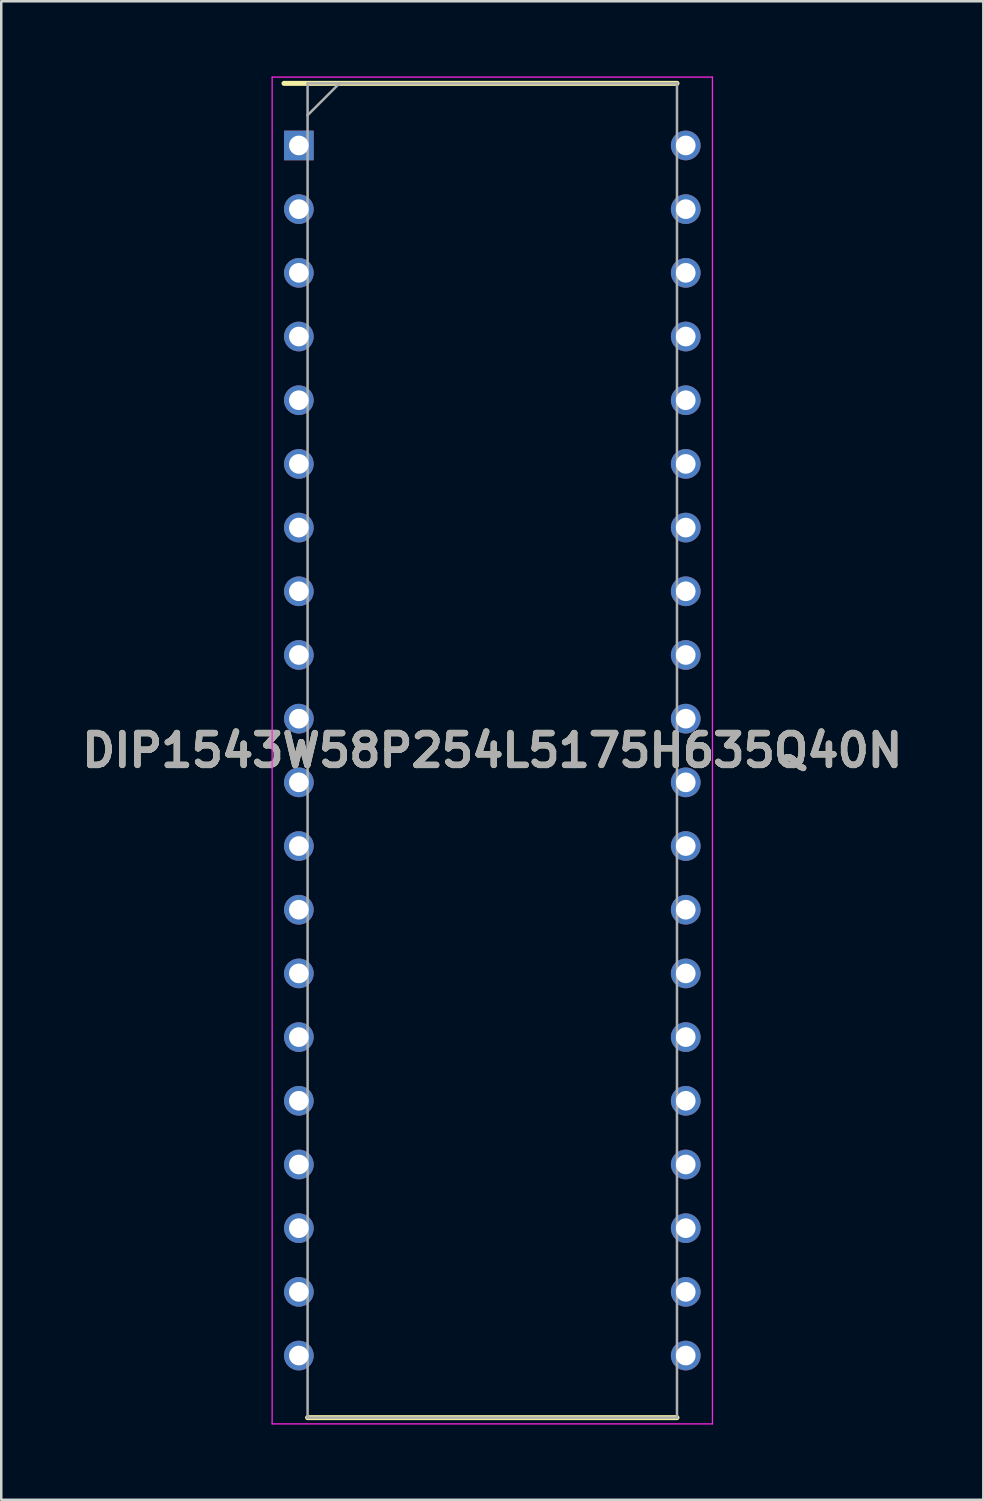
<source format=kicad_pcb>
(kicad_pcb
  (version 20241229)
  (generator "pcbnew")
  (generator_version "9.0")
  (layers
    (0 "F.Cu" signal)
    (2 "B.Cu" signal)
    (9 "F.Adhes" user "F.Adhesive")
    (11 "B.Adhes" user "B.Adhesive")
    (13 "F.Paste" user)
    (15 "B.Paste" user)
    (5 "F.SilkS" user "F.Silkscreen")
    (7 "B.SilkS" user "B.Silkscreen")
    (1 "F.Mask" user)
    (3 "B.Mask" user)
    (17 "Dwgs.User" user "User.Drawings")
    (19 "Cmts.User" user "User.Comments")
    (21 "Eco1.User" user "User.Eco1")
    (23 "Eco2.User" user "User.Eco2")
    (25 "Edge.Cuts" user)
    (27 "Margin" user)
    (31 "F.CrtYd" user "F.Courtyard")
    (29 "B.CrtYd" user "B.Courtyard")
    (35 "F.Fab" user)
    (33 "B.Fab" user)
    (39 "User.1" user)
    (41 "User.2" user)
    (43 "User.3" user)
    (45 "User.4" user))
  (footprint "DIP1543W58P254L5175H635Q40N"
    (layer "F.Cu")
    (at 16.583 26.881)
    (property "Reference" "DIP1543W58P254L5175H635Q40N" (at 0 0 0) (layer "F.SilkS") (effects (font (size 1.27 1.27) (thickness 0.254))))
    (attr through_hole)
    (fp_line (start -8.307 -26.606) (end 7.366 -26.606) (stroke (width 0.2) (type solid)) (layer "F.SilkS"))
    (fp_line (start -7.366 26.606) (end 7.366 26.606) (stroke (width 0.2) (type solid)) (layer "F.SilkS"))
    (fp_line (start -8.78 -26.856) (end 8.78 -26.856) (stroke (width 0.05) (type solid)) (layer "F.CrtYd"))
    (fp_line (start -8.78 26.856) (end -8.78 -26.856) (stroke (width 0.05) (type solid)) (layer "F.CrtYd"))
    (fp_line (start 8.78 -26.856) (end 8.78 26.856) (stroke (width 0.05) (type solid)) (layer "F.CrtYd"))
    (fp_line (start 8.78 26.856) (end -8.78 26.856) (stroke (width 0.05) (type solid)) (layer "F.CrtYd"))
    (fp_line (start -7.366 -26.606) (end 7.366 -26.606) (stroke (width 0.1) (type solid)) (layer "F.Fab"))
    (fp_line (start -7.366 -25.336) (end -6.096 -26.606) (stroke (width 0.1) (type solid)) (layer "F.Fab"))
    (fp_line (start -7.366 26.606) (end -7.366 -26.606) (stroke (width 0.1) (type solid)) (layer "F.Fab"))
    (fp_line (start 7.366 -26.606) (end 7.366 26.606) (stroke (width 0.1) (type solid)) (layer "F.Fab"))
    (fp_line (start 7.366 26.606) (end -7.366 26.606) (stroke (width 0.1) (type solid)) (layer "F.Fab"))
    (fp_text user "${REFERENCE}" (at 0 0 0) (layer "F.Fab") (effects (font (size 1.27 1.27) (thickness 0.254))))
    (pad "1" thru_hole rect (at -7.715 -24.13) (size 1.184 1.184) (drill 0.784) (layers "*.Cu" "*.Mask"))
    (pad "2" thru_hole circle (at -7.715 -21.59) (size 1.184 1.184) (drill 0.784) (layers "*.Cu" "*.Mask"))
    (pad "3" thru_hole circle (at -7.715 -19.05) (size 1.184 1.184) (drill 0.784) (layers "*.Cu" "*.Mask"))
    (pad "4" thru_hole circle (at -7.715 -16.51) (size 1.184 1.184) (drill 0.784) (layers "*.Cu" "*.Mask"))
    (pad "5" thru_hole circle (at -7.715 -13.97) (size 1.184 1.184) (drill 0.784) (layers "*.Cu" "*.Mask"))
    (pad "6" thru_hole circle (at -7.715 -11.43) (size 1.184 1.184) (drill 0.784) (layers "*.Cu" "*.Mask"))
    (pad "7" thru_hole circle (at -7.715 -8.89) (size 1.184 1.184) (drill 0.784) (layers "*.Cu" "*.Mask"))
    (pad "8" thru_hole circle (at -7.715 -6.35) (size 1.184 1.184) (drill 0.784) (layers "*.Cu" "*.Mask"))
    (pad "9" thru_hole circle (at -7.715 -3.81) (size 1.184 1.184) (drill 0.784) (layers "*.Cu" "*.Mask"))
    (pad "10" thru_hole circle (at -7.715 -1.27) (size 1.184 1.184) (drill 0.784) (layers "*.Cu" "*.Mask"))
    (pad "11" thru_hole circle (at -7.715 1.27) (size 1.184 1.184) (drill 0.784) (layers "*.Cu" "*.Mask"))
    (pad "12" thru_hole circle (at -7.715 3.81) (size 1.184 1.184) (drill 0.784) (layers "*.Cu" "*.Mask"))
    (pad "13" thru_hole circle (at -7.715 6.35) (size 1.184 1.184) (drill 0.784) (layers "*.Cu" "*.Mask"))
    (pad "14" thru_hole circle (at -7.715 8.89) (size 1.184 1.184) (drill 0.784) (layers "*.Cu" "*.Mask"))
    (pad "15" thru_hole circle (at -7.715 11.43) (size 1.184 1.184) (drill 0.784) (layers "*.Cu" "*.Mask"))
    (pad "16" thru_hole circle (at -7.715 13.97) (size 1.184 1.184) (drill 0.784) (layers "*.Cu" "*.Mask"))
    (pad "17" thru_hole circle (at -7.715 16.51) (size 1.184 1.184) (drill 0.784) (layers "*.Cu" "*.Mask"))
    (pad "18" thru_hole circle (at -7.715 19.05) (size 1.184 1.184) (drill 0.784) (layers "*.Cu" "*.Mask"))
    (pad "19" thru_hole circle (at -7.715 21.59) (size 1.184 1.184) (drill 0.784) (layers "*.Cu" "*.Mask"))
    (pad "20" thru_hole circle (at -7.715 24.13) (size 1.184 1.184) (drill 0.784) (layers "*.Cu" "*.Mask"))
    (pad "21" thru_hole circle (at 7.715 24.13) (size 1.184 1.184) (drill 0.784) (layers "*.Cu" "*.Mask"))
    (pad "22" thru_hole circle (at 7.715 21.59) (size 1.184 1.184) (drill 0.784) (layers "*.Cu" "*.Mask"))
    (pad "23" thru_hole circle (at 7.715 19.05) (size 1.184 1.184) (drill 0.784) (layers "*.Cu" "*.Mask"))
    (pad "24" thru_hole circle (at 7.715 16.51) (size 1.184 1.184) (drill 0.784) (layers "*.Cu" "*.Mask"))
    (pad "25" thru_hole circle (at 7.715 13.97) (size 1.184 1.184) (drill 0.784) (layers "*.Cu" "*.Mask"))
    (pad "26" thru_hole circle (at 7.715 11.43) (size 1.184 1.184) (drill 0.784) (layers "*.Cu" "*.Mask"))
    (pad "27" thru_hole circle (at 7.715 8.89) (size 1.184 1.184) (drill 0.784) (layers "*.Cu" "*.Mask"))
    (pad "28" thru_hole circle (at 7.715 6.35) (size 1.184 1.184) (drill 0.784) (layers "*.Cu" "*.Mask"))
    (pad "29" thru_hole circle (at 7.715 3.81) (size 1.184 1.184) (drill 0.784) (layers "*.Cu" "*.Mask"))
    (pad "30" thru_hole circle (at 7.715 1.27) (size 1.184 1.184) (drill 0.784) (layers "*.Cu" "*.Mask"))
    (pad "31" thru_hole circle (at 7.715 -1.27) (size 1.184 1.184) (drill 0.784) (layers "*.Cu" "*.Mask"))
    (pad "32" thru_hole circle (at 7.715 -3.81) (size 1.184 1.184) (drill 0.784) (layers "*.Cu" "*.Mask"))
    (pad "33" thru_hole circle (at 7.715 -6.35) (size 1.184 1.184) (drill 0.784) (layers "*.Cu" "*.Mask"))
    (pad "34" thru_hole circle (at 7.715 -8.89) (size 1.184 1.184) (drill 0.784) (layers "*.Cu" "*.Mask"))
    (pad "35" thru_hole circle (at 7.715 -11.43) (size 1.184 1.184) (drill 0.784) (layers "*.Cu" "*.Mask"))
    (pad "36" thru_hole circle (at 7.715 -13.97) (size 1.184 1.184) (drill 0.784) (layers "*.Cu" "*.Mask"))
    (pad "37" thru_hole circle (at 7.715 -16.51) (size 1.184 1.184) (drill 0.784) (layers "*.Cu" "*.Mask"))
    (pad "38" thru_hole circle (at 7.715 -19.05) (size 1.184 1.184) (drill 0.784) (layers "*.Cu" "*.Mask"))
    (pad "39" thru_hole circle (at 7.715 -21.59) (size 1.184 1.184) (drill 0.784) (layers "*.Cu" "*.Mask"))
    (pad "40" thru_hole circle (at 7.715 -24.13) (size 1.184 1.184) (drill 0.784) (layers "*.Cu" "*.Mask")))
  (gr_rect
    (start -3 -3)
    (end 36.165 56.762)
    (stroke (width 0.1) (type default))
    (fill no)
    (layer "Edge.Cuts")))
</source>
